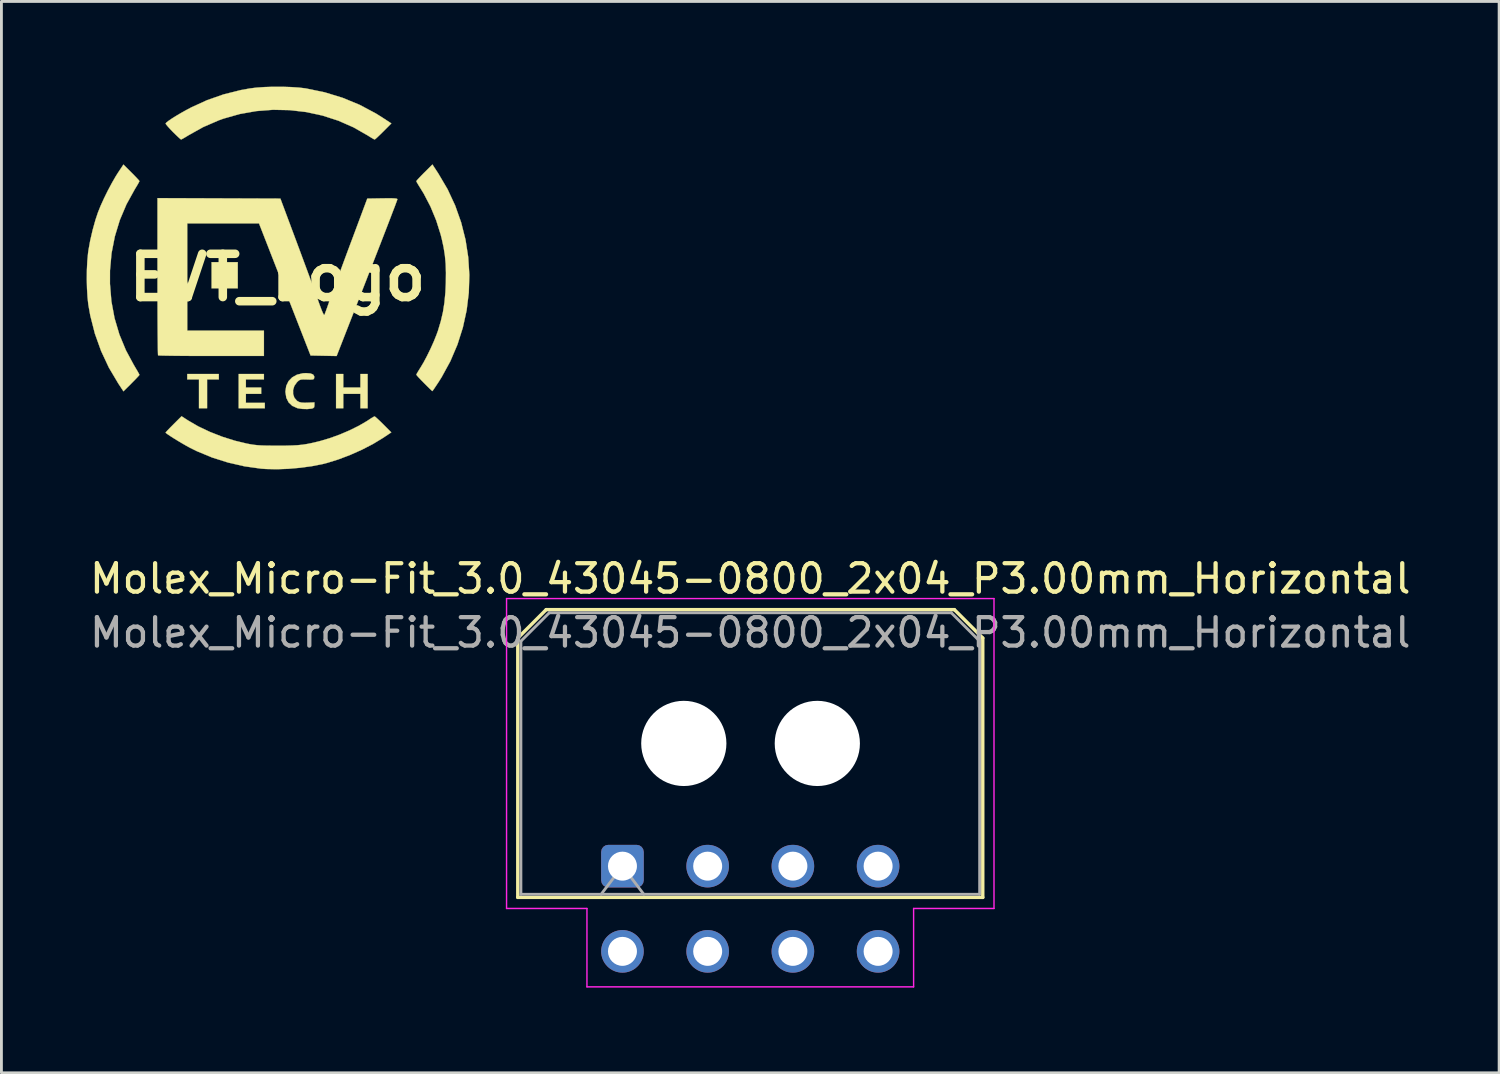
<source format=kicad_pcb>
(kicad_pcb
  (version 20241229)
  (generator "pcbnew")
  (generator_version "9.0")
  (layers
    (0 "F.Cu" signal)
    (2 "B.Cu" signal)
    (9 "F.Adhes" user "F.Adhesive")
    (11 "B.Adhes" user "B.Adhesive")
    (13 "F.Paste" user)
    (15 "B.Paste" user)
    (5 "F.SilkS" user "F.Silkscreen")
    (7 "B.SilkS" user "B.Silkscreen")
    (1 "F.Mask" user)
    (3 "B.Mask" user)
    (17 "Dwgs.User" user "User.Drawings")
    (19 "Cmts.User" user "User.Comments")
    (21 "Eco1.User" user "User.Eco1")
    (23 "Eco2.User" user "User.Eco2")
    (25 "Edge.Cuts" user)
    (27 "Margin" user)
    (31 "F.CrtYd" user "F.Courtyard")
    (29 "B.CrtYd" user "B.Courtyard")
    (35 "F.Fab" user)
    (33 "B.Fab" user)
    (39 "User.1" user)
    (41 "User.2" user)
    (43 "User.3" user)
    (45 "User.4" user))
  (footprint "Molex_Micro-Fit_3.0_43045-0800_2x04_P3.00mm_Horizontal"
    (layer "F.Cu")
    (at 18.863 27.442)
    (property "Reference" "Molex_Micro-Fit_3.0_43045-0800_2x04_P3.00mm_Horizontal" (at 4.5 -10.12 0) (layer "F.SilkS") (effects (font (size 1 1) (thickness 0.15))))
    (attr through_hole)
    (fp_line (start -3.685 -8.03) (end -2.685 -9.03) (stroke (width 0.12) (type solid)) (layer "F.SilkS"))
    (fp_line (start -3.685 1.1) (end -3.685 -8.03) (stroke (width 0.12) (type solid)) (layer "F.SilkS"))
    (fp_line (start -2.685 -9.03) (end 11.685 -9.03) (stroke (width 0.12) (type solid)) (layer "F.SilkS"))
    (fp_line (start 11.685 -9.03) (end 12.685 -8.03) (stroke (width 0.12) (type solid)) (layer "F.SilkS"))
    (fp_line (start 12.685 -8.03) (end 12.685 1.1) (stroke (width 0.12) (type solid)) (layer "F.SilkS"))
    (fp_line (start 12.685 1.1) (end -3.685 1.1) (stroke (width 0.12) (type solid)) (layer "F.SilkS"))
    (fp_line (start -4.08 -9.42) (end 13.08 -9.42) (stroke (width 0.05) (type solid)) (layer "F.CrtYd"))
    (fp_line (start -4.08 1.49) (end -4.08 -9.42) (stroke (width 0.05) (type solid)) (layer "F.CrtYd"))
    (fp_line (start -1.25 1.49) (end -4.08 1.49) (stroke (width 0.05) (type solid)) (layer "F.CrtYd"))
    (fp_line (start -1.25 4.25) (end -1.25 1.49) (stroke (width 0.05) (type solid)) (layer "F.CrtYd"))
    (fp_line (start 10.25 1.49) (end 10.25 4.25) (stroke (width 0.05) (type solid)) (layer "F.CrtYd"))
    (fp_line (start 10.25 4.25) (end -1.25 4.25) (stroke (width 0.05) (type solid)) (layer "F.CrtYd"))
    (fp_line (start 13.08 -9.42) (end 13.08 1.49) (stroke (width 0.05) (type solid)) (layer "F.CrtYd"))
    (fp_line (start 13.08 1.49) (end 10.25 1.49) (stroke (width 0.05) (type solid)) (layer "F.CrtYd"))
    (fp_line (start -3.575 -7.92) (end -2.575 -8.92) (stroke (width 0.1) (type solid)) (layer "F.Fab"))
    (fp_line (start -3.575 0.99) (end -3.575 -7.92) (stroke (width 0.1) (type solid)) (layer "F.Fab"))
    (fp_line (start -2.575 -8.92) (end 11.575 -8.92) (stroke (width 0.1) (type solid)) (layer "F.Fab"))
    (fp_line (start -0.75 0.99) (end 0 0) (stroke (width 0.1) (type solid)) (layer "F.Fab"))
    (fp_line (start 0 0) (end 0.75 0.99) (stroke (width 0.1) (type solid)) (layer "F.Fab"))
    (fp_line (start 11.575 -8.92) (end 12.575 -7.92) (stroke (width 0.1) (type solid)) (layer "F.Fab"))
    (fp_line (start 12.575 -7.92) (end 12.575 0.99) (stroke (width 0.1) (type solid)) (layer "F.Fab"))
    (fp_line (start 12.575 0.99) (end -3.575 0.99) (stroke (width 0.1) (type solid)) (layer "F.Fab"))
    (fp_text user "${REFERENCE}" (at 4.5 -8.22 0) (layer "F.Fab") (effects (font (size 1 1) (thickness 0.15))))
    (pad "" np_thru_hole circle (at 2.16 -4.32) (size 3 3) (drill 3) (layers "*.Cu" "*.Mask"))
    (pad "" np_thru_hole circle (at 6.86 -4.32) (size 3 3) (drill 3) (layers "*.Cu" "*.Mask"))
    (pad "1" thru_hole roundrect (at 0 0) (size 1.5 1.5) (drill 1.02) (layers "*.Cu" "*.Mask") (roundrect_rratio 0.167))
    (pad "2" thru_hole circle (at 3 0) (size 1.5 1.5) (drill 1.02) (layers "*.Cu" "*.Mask"))
    (pad "3" thru_hole circle (at 6 0) (size 1.5 1.5) (drill 1.02) (layers "*.Cu" "*.Mask"))
    (pad "4" thru_hole circle (at 9 0) (size 1.5 1.5) (drill 1.02) (layers "*.Cu" "*.Mask"))
    (pad "5" thru_hole circle (at 0 3) (size 1.5 1.5) (drill 1.02) (layers "*.Cu" "*.Mask"))
    (pad "6" thru_hole circle (at 3 3) (size 1.5 1.5) (drill 1.02) (layers "*.Cu" "*.Mask"))
    (pad "7" thru_hole circle (at 6 3) (size 1.5 1.5) (drill 1.02) (layers "*.Cu" "*.Mask"))
    (pad "8" thru_hole circle (at 9 3) (size 1.5 1.5) (drill 1.02) (layers "*.Cu" "*.Mask")))
  (footprint "EVT_Logo"
    (layer "F.Cu")
    (at 6.717 6.719)
    (property "Reference" "EVT_Logo" (at 0 0 0) (layer "F.SilkS") (effects (font (size 1.524 1.524) (thickness 0.3))))
    (attr through_hole)
    (fp_poly (pts (xy -1.397 0.381) (xy -2.318 0.381) (xy -2.318 -0.54) (xy -1.397 -0.54) (xy -1.397 0.381)) (stroke (width 0.01) (type solid)) (fill yes) (layer "F.SilkS"))
    (fp_poly (pts (xy -2.064 3.588) (xy -2.477 3.588) (xy -2.477 4.604) (xy -2.762 4.604) (xy -2.762 3.588) (xy -3.175 3.588) (xy -3.175 3.397) (xy -2.064 3.397) (xy -2.064 3.588)) (stroke (width 0.01) (type solid)) (fill yes) (layer "F.SilkS"))
    (fp_poly (pts (xy -0.476 3.588) (xy -1.111 3.588) (xy -1.111 3.873) (xy -0.572 3.873) (xy -0.572 4.096) (xy -1.111 4.096) (xy -1.111 4.413) (xy -0.445 4.413) (xy -0.445 4.604) (xy -1.365 4.604) (xy -1.365 3.397) (xy -0.476 3.397) (xy -0.476 3.588)) (stroke (width 0.01) (type solid)) (fill yes) (layer "F.SilkS"))
    (fp_poly (pts (xy 2.318 3.873) (xy 2.921 3.873) (xy 2.921 3.397) (xy 3.175 3.397) (xy 3.175 4.604) (xy 2.921 4.604) (xy 2.921 4.096) (xy 2.318 4.096) (xy 2.318 4.604) (xy 2.064 4.604) (xy 2.064 3.397) (xy 2.318 3.397) (xy 2.318 3.873)) (stroke (width 0.01) (type solid)) (fill yes) (layer "F.SilkS"))
    (fp_poly (pts (xy 1.159 3.378) (xy 1.255 3.414) (xy 1.295 3.477) (xy 1.296 3.514) (xy 1.289 3.556) (xy 1.27 3.581) (xy 1.226 3.592) (xy 1.144 3.594) (xy 1.039 3.591) (xy 0.913 3.588) (xy 0.832 3.594) (xy 0.776 3.612) (xy 0.727 3.649) (xy 0.684 3.691) (xy 0.595 3.817) (xy 0.551 3.96) (xy 0.552 4.104) (xy 0.597 4.235) (xy 0.686 4.338) (xy 0.708 4.353) (xy 0.775 4.387) (xy 0.852 4.404) (xy 0.959 4.409) (xy 1.056 4.407) (xy 1.302 4.397) (xy 1.302 4.496) (xy 1.293 4.568) (xy 1.252 4.603) (xy 1.203 4.616) (xy 1.049 4.632) (xy 0.876 4.627) (xy 0.721 4.604) (xy 0.699 4.598) (xy 0.523 4.52) (xy 0.394 4.398) (xy 0.313 4.236) (xy 0.282 4.037) (xy 0.281 4.012) (xy 0.31 3.816) (xy 0.391 3.649) (xy 0.52 3.516) (xy 0.69 3.421) (xy 0.895 3.372) (xy 1.006 3.366) (xy 1.159 3.378)) (stroke (width 0.01) (type solid)) (fill yes) (layer "F.SilkS"))
    (fp_poly (pts (xy -5.14 -3.695) (xy -5.033 -3.587) (xy -4.944 -3.494) (xy -4.883 -3.427) (xy -4.858 -3.394) (xy -4.858 -3.392) (xy -4.874 -3.358) (xy -4.916 -3.282) (xy -4.978 -3.178) (xy -5.022 -3.106) (xy -5.314 -2.577) (xy -5.549 -2.022) (xy -5.724 -1.447) (xy -5.84 -0.854) (xy -5.895 -0.247) (xy -5.896 0.222) (xy -5.845 0.84) (xy -5.734 1.434) (xy -5.564 2.007) (xy -5.335 2.561) (xy -5.059 3.074) (xy -4.982 3.204) (xy -4.918 3.313) (xy -4.875 3.391) (xy -4.858 3.427) (xy -4.858 3.427) (xy -4.879 3.456) (xy -4.937 3.519) (xy -5.023 3.609) (xy -5.129 3.716) (xy -5.139 3.727) (xy -5.421 4.007) (xy -5.606 3.726) (xy -5.934 3.173) (xy -6.208 2.587) (xy -6.427 1.976) (xy -6.588 1.344) (xy -6.658 0.953) (xy -6.686 0.691) (xy -6.704 0.388) (xy -6.712 0.062) (xy -6.708 -0.267) (xy -6.693 -0.579) (xy -6.667 -0.857) (xy -6.654 -0.953) (xy -6.59 -1.308) (xy -6.505 -1.674) (xy -6.407 -2.025) (xy -6.32 -2.286) (xy -6.227 -2.518) (xy -6.108 -2.781) (xy -5.973 -3.055) (xy -5.832 -3.32) (xy -5.696 -3.557) (xy -5.619 -3.679) (xy -5.422 -3.976) (xy -5.14 -3.695)) (stroke (width 0.01) (type solid)) (fill yes) (layer "F.SilkS"))
    (fp_poly (pts (xy 0.474 -6.704) (xy 0.754 -6.686) (xy 0.99 -6.658) (xy 1 -6.656) (xy 1.663 -6.519) (xy 2.294 -6.326) (xy 2.893 -6.079) (xy 3.461 -5.777) (xy 3.696 -5.63) (xy 4.01 -5.424) (xy 3.728 -5.141) (xy 3.619 -5.034) (xy 3.526 -4.945) (xy 3.458 -4.883) (xy 3.424 -4.858) (xy 3.423 -4.858) (xy 3.387 -4.874) (xy 3.312 -4.917) (xy 3.213 -4.978) (xy 3.184 -4.997) (xy 2.678 -5.286) (xy 2.145 -5.52) (xy 1.589 -5.7) (xy 1.016 -5.824) (xy 0.432 -5.892) (xy -0.157 -5.904) (xy -0.746 -5.858) (xy -1.328 -5.755) (xy -1.899 -5.593) (xy -2.059 -5.536) (xy -2.617 -5.294) (xy -3.12 -5.013) (xy -3.232 -4.945) (xy -3.323 -4.892) (xy -3.38 -4.862) (xy -3.393 -4.858) (xy -3.422 -4.879) (xy -3.487 -4.937) (xy -3.576 -5.022) (xy -3.676 -5.12) (xy -3.779 -5.227) (xy -3.862 -5.319) (xy -3.918 -5.387) (xy -3.937 -5.419) (xy -3.91 -5.455) (xy -3.835 -5.514) (xy -3.72 -5.593) (xy -3.574 -5.685) (xy -3.405 -5.785) (xy -3.22 -5.889) (xy -3.032 -5.989) (xy -2.476 -6.243) (xy -1.9 -6.445) (xy -1.294 -6.597) (xy -0.968 -6.656) (xy -0.734 -6.685) (xy -0.455 -6.704) (xy -0.149 -6.714) (xy 0.167 -6.714) (xy 0.474 -6.704)) (stroke (width 0.01) (type solid)) (fill yes) (layer "F.SilkS"))
    (fp_poly (pts (xy 5.665 -3.659) (xy 5.99 -3.107) (xy 6.258 -2.531) (xy 6.468 -1.937) (xy 6.621 -1.33) (xy 6.717 -0.712) (xy 6.756 -0.09) (xy 6.737 0.533) (xy 6.661 1.153) (xy 6.527 1.764) (xy 6.337 2.362) (xy 6.089 2.944) (xy 5.783 3.504) (xy 5.668 3.687) (xy 5.587 3.809) (xy 5.52 3.909) (xy 5.473 3.976) (xy 5.453 4) (xy 5.429 3.979) (xy 5.368 3.922) (xy 5.281 3.836) (xy 5.176 3.731) (xy 5.167 3.722) (xy 5.061 3.614) (xy 4.973 3.522) (xy 4.914 3.455) (xy 4.89 3.422) (xy 4.889 3.421) (xy 4.906 3.386) (xy 4.949 3.312) (xy 5.011 3.212) (xy 5.035 3.174) (xy 5.146 2.988) (xy 5.267 2.76) (xy 5.389 2.51) (xy 5.503 2.257) (xy 5.598 2.021) (xy 5.65 1.878) (xy 5.751 1.541) (xy 5.827 1.215) (xy 5.879 0.882) (xy 5.913 0.522) (xy 5.928 0.191) (xy 5.932 -0.168) (xy 5.922 -0.484) (xy 5.895 -0.776) (xy 5.85 -1.063) (xy 5.784 -1.365) (xy 5.745 -1.517) (xy 5.59 -2.009) (xy 5.389 -2.495) (xy 5.151 -2.952) (xy 5.028 -3.152) (xy 4.964 -3.255) (xy 4.915 -3.338) (xy 4.891 -3.386) (xy 4.889 -3.391) (xy 4.911 -3.421) (xy 4.969 -3.486) (xy 5.055 -3.577) (xy 5.161 -3.685) (xy 5.173 -3.696) (xy 5.456 -3.978) (xy 5.665 -3.659)) (stroke (width 0.01) (type solid)) (fill yes) (layer "F.SilkS"))
    (fp_poly (pts (xy -3.144 5.034) (xy -2.786 5.242) (xy -2.381 5.434) (xy -1.948 5.604) (xy -1.503 5.745) (xy -1.079 5.847) (xy -0.947 5.872) (xy -0.825 5.891) (xy -0.7 5.904) (xy -0.559 5.913) (xy -0.39 5.918) (xy -0.179 5.92) (xy 0 5.921) (xy 0.28 5.92) (xy 0.512 5.914) (xy 0.709 5.904) (xy 0.886 5.886) (xy 1.057 5.859) (xy 1.237 5.822) (xy 1.441 5.773) (xy 1.508 5.756) (xy 1.847 5.655) (xy 2.197 5.528) (xy 2.543 5.38) (xy 2.866 5.22) (xy 3.147 5.056) (xy 3.21 5.015) (xy 3.305 4.952) (xy 3.38 4.908) (xy 3.419 4.89) (xy 3.42 4.889) (xy 3.451 4.911) (xy 3.517 4.969) (xy 3.609 5.055) (xy 3.717 5.161) (xy 3.727 5.171) (xy 4.008 5.453) (xy 3.71 5.651) (xy 3.364 5.861) (xy 2.975 6.062) (xy 2.564 6.245) (xy 2.149 6.403) (xy 1.751 6.527) (xy 1.587 6.569) (xy 1.21 6.643) (xy 0.803 6.698) (xy 0.387 6.735) (xy -0.019 6.75) (xy -0.397 6.742) (xy -0.572 6.73) (xy -1.155 6.648) (xy -1.736 6.515) (xy -2.3 6.337) (xy -2.833 6.116) (xy -3.08 5.994) (xy -3.211 5.922) (xy -3.355 5.839) (xy -3.503 5.751) (xy -3.645 5.664) (xy -3.768 5.585) (xy -3.865 5.52) (xy -3.924 5.476) (xy -3.937 5.46) (xy -3.916 5.433) (xy -3.858 5.37) (xy -3.772 5.281) (xy -3.666 5.175) (xy -3.656 5.164) (xy -3.375 4.885) (xy -3.144 5.034)) (stroke (width 0.01) (type solid)) (fill yes) (layer "F.SilkS"))
    (fp_poly (pts (xy -2.06 -2.786) (xy 0.104 -2.778) (xy 0.655 -1.302) (xy 0.773 -0.985) (xy 0.891 -0.666) (xy 1.007 -0.353) (xy 1.117 -0.056) (xy 1.217 0.217) (xy 1.304 0.457) (xy 1.375 0.653) (xy 1.419 0.774) (xy 1.496 0.988) (xy 1.556 1.146) (xy 1.601 1.251) (xy 1.632 1.308) (xy 1.651 1.321) (xy 1.656 1.314) (xy 1.674 1.266) (xy 1.71 1.169) (xy 1.759 1.033) (xy 1.817 0.867) (xy 1.883 0.683) (xy 1.889 0.667) (xy 1.944 0.512) (xy 2.018 0.308) (xy 2.107 0.063) (xy 2.209 -0.214) (xy 2.319 -0.513) (xy 2.434 -0.824) (xy 2.551 -1.139) (xy 2.63 -1.349) (xy 3.163 -2.778) (xy 3.693 -2.787) (xy 3.897 -2.789) (xy 4.044 -2.788) (xy 4.143 -2.783) (xy 4.2 -2.774) (xy 4.222 -2.76) (xy 4.223 -2.755) (xy 4.212 -2.72) (xy 4.179 -2.63) (xy 4.127 -2.49) (xy 4.055 -2.303) (xy 3.968 -2.074) (xy 3.865 -1.806) (xy 3.748 -1.504) (xy 3.62 -1.173) (xy 3.481 -0.816) (xy 3.334 -0.438) (xy 3.18 -0.043) (xy 3.154 0.025) (xy 2.084 2.764) (xy 1.167 2.746) (xy 0.259 0.421) (xy -0.649 -1.905) (xy -3.175 -1.905) (xy -3.175 1.873) (xy -0.476 1.873) (xy -0.476 2.762) (xy -2.328 2.762) (xy -2.665 2.762) (xy -2.984 2.761) (xy -3.277 2.759) (xy -3.54 2.757) (xy -3.767 2.754) (xy -3.952 2.751) (xy -4.09 2.748) (xy -4.175 2.744) (xy -4.202 2.741) (xy -4.205 2.707) (xy -4.208 2.614) (xy -4.211 2.466) (xy -4.213 2.269) (xy -4.216 2.027) (xy -4.218 1.745) (xy -4.22 1.426) (xy -4.221 1.076) (xy -4.222 0.7) (xy -4.223 0.302) (xy -4.223 -0.037) (xy -4.223 -2.794) (xy -2.06 -2.786)) (stroke (width 0.01) (type solid)) (fill yes) (layer "F.SilkS")))
  (gr_rect
    (start -3 -3)
    (end 49.726 34.717)
    (stroke (width 0.1) (type default))
    (fill no)
    (layer "Edge.Cuts")))
</source>
